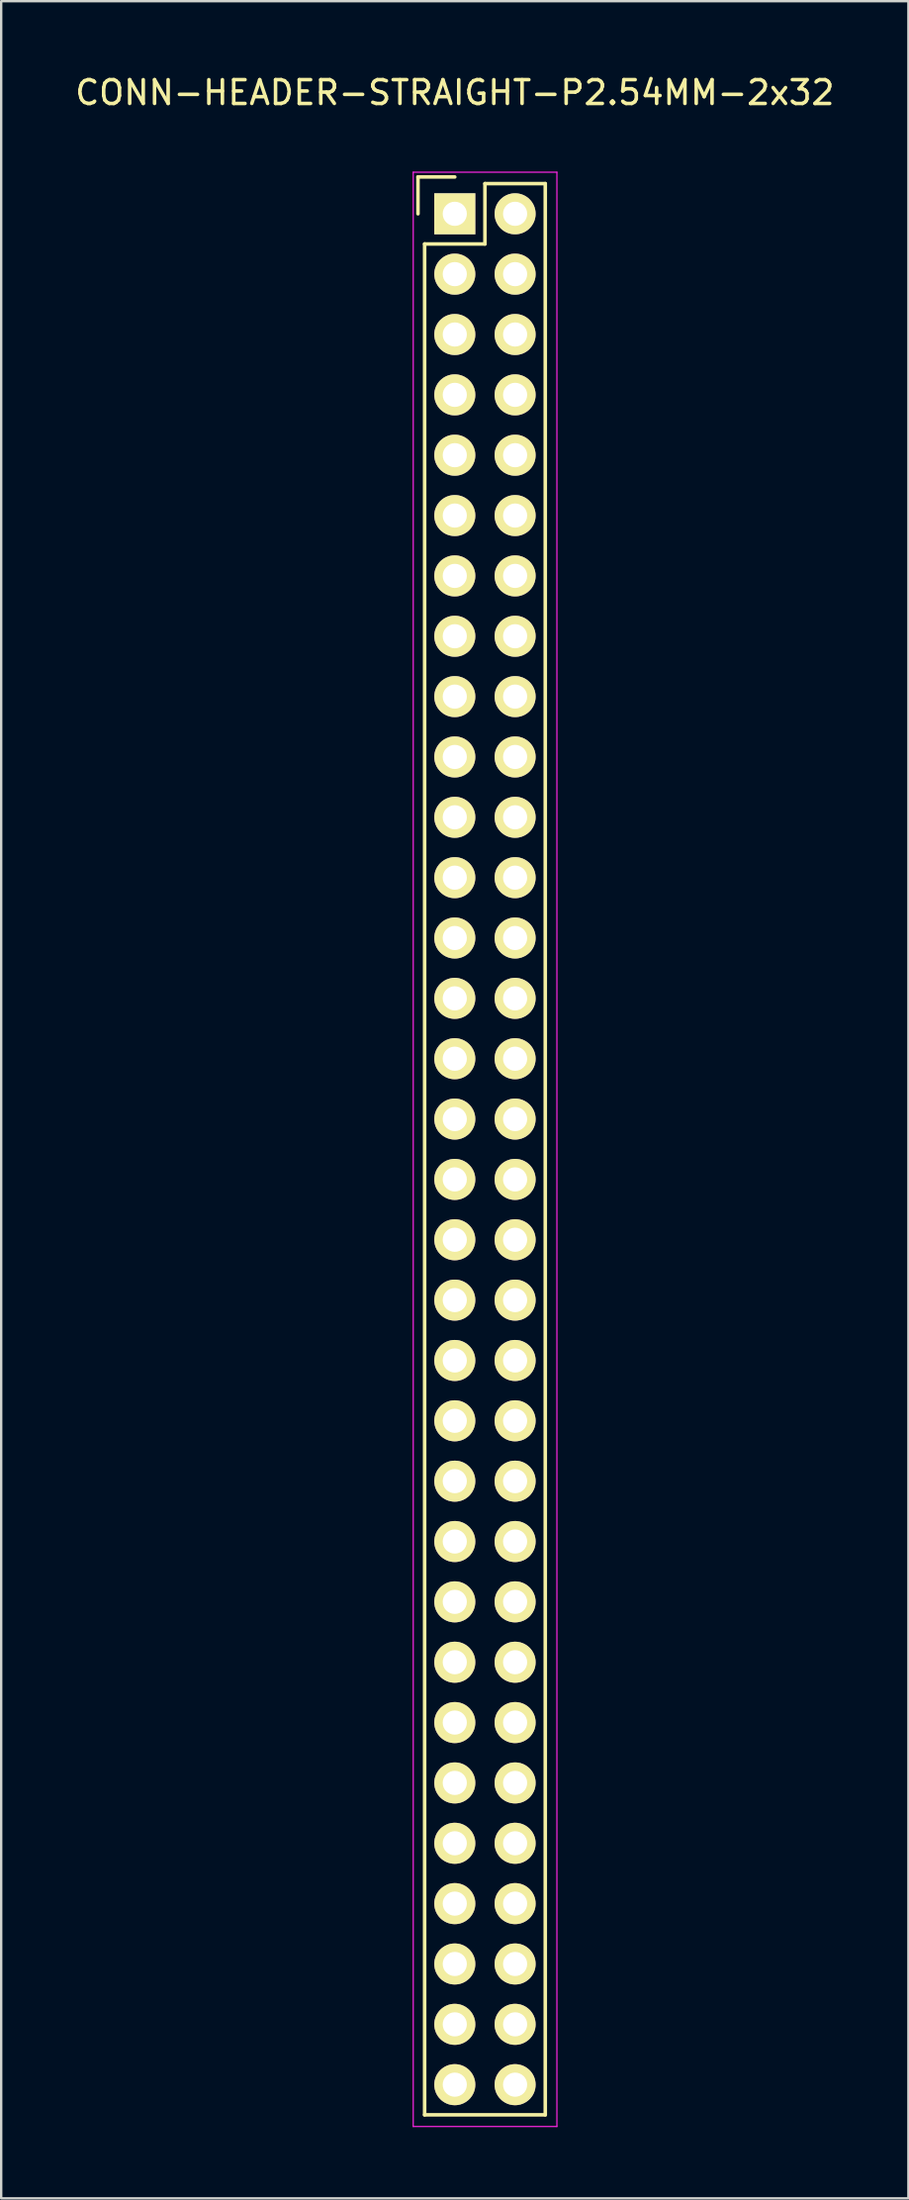
<source format=kicad_pcb>
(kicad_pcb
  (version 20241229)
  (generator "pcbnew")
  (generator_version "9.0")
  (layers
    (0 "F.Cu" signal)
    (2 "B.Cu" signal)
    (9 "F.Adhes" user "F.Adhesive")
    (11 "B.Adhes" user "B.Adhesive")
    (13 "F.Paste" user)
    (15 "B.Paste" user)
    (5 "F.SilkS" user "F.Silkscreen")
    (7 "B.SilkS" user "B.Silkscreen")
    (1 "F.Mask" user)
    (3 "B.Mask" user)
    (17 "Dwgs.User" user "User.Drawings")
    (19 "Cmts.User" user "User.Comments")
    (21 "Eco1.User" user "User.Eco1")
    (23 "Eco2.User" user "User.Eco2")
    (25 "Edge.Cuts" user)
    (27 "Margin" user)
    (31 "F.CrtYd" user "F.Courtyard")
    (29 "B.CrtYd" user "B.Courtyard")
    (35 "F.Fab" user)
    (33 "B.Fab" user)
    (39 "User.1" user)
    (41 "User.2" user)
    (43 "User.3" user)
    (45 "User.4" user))
  (footprint "CONN-HEADER-STRAIGHT-P2.54MM-2x32"
    (layer "F.Cu")
    (at 16.101 5.948)
    (property "Reference" "CONN-HEADER-STRAIGHT-P2.54MM-2x32" (at 0 -5.1 0) (layer "F.SilkS") (effects (font (size 1 1) (thickness 0.15))))
    (attr through_hole)
    (fp_line (start -1.55 -1.55) (end -1.55 0) (stroke (width 0.15) (type solid)) (layer "F.SilkS"))
    (fp_line (start -1.27 1.27) (end -1.27 80.01) (stroke (width 0.15) (type solid)) (layer "F.SilkS"))
    (fp_line (start 0 -1.55) (end -1.55 -1.55) (stroke (width 0.15) (type solid)) (layer "F.SilkS"))
    (fp_line (start 1.27 -1.27) (end 1.27 1.27) (stroke (width 0.15) (type solid)) (layer "F.SilkS"))
    (fp_line (start 1.27 1.27) (end -1.27 1.27) (stroke (width 0.15) (type solid)) (layer "F.SilkS"))
    (fp_line (start 3.81 -1.27) (end 1.27 -1.27) (stroke (width 0.15) (type solid)) (layer "F.SilkS"))
    (fp_line (start 3.81 80.01) (end -1.27 80.01) (stroke (width 0.15) (type solid)) (layer "F.SilkS"))
    (fp_line (start 3.81 80.01) (end 3.81 -1.27) (stroke (width 0.15) (type solid)) (layer "F.SilkS"))
    (fp_line (start -1.75 -1.75) (end -1.75 80.5) (stroke (width 0.05) (type solid)) (layer "F.CrtYd"))
    (fp_line (start -1.75 -1.75) (end 4.3 -1.75) (stroke (width 0.05) (type solid)) (layer "F.CrtYd"))
    (fp_line (start -1.75 80.5) (end 4.3 80.5) (stroke (width 0.05) (type solid)) (layer "F.CrtYd"))
    (fp_line (start 4.3 -1.75) (end 4.3 80.5) (stroke (width 0.05) (type solid)) (layer "F.CrtYd"))
    (pad "1" thru_hole rect (at 0 0) (size 1.727 1.727) (drill 1.016) (layers "*.Cu" "*.Mask" "F.SilkS"))
    (pad "2" thru_hole oval (at 2.54 0) (size 1.727 1.727) (drill 1.016) (layers "*.Cu" "*.Mask" "F.SilkS"))
    (pad "3" thru_hole oval (at 0 2.54) (size 1.727 1.727) (drill 1.016) (layers "*.Cu" "*.Mask" "F.SilkS"))
    (pad "4" thru_hole oval (at 2.54 2.54) (size 1.727 1.727) (drill 1.016) (layers "*.Cu" "*.Mask" "F.SilkS"))
    (pad "5" thru_hole oval (at 0 5.08) (size 1.727 1.727) (drill 1.016) (layers "*.Cu" "*.Mask" "F.SilkS"))
    (pad "6" thru_hole oval (at 2.54 5.08) (size 1.727 1.727) (drill 1.016) (layers "*.Cu" "*.Mask" "F.SilkS"))
    (pad "7" thru_hole oval (at 0 7.62) (size 1.727 1.727) (drill 1.016) (layers "*.Cu" "*.Mask" "F.SilkS"))
    (pad "8" thru_hole oval (at 2.54 7.62) (size 1.727 1.727) (drill 1.016) (layers "*.Cu" "*.Mask" "F.SilkS"))
    (pad "9" thru_hole oval (at 0 10.16) (size 1.727 1.727) (drill 1.016) (layers "*.Cu" "*.Mask" "F.SilkS"))
    (pad "10" thru_hole oval (at 2.54 10.16) (size 1.727 1.727) (drill 1.016) (layers "*.Cu" "*.Mask" "F.SilkS"))
    (pad "11" thru_hole oval (at 0 12.7) (size 1.727 1.727) (drill 1.016) (layers "*.Cu" "*.Mask" "F.SilkS"))
    (pad "12" thru_hole oval (at 2.54 12.7) (size 1.727 1.727) (drill 1.016) (layers "*.Cu" "*.Mask" "F.SilkS"))
    (pad "13" thru_hole oval (at 0 15.24) (size 1.727 1.727) (drill 1.016) (layers "*.Cu" "*.Mask" "F.SilkS"))
    (pad "14" thru_hole oval (at 2.54 15.24) (size 1.727 1.727) (drill 1.016) (layers "*.Cu" "*.Mask" "F.SilkS"))
    (pad "15" thru_hole oval (at 0 17.78) (size 1.727 1.727) (drill 1.016) (layers "*.Cu" "*.Mask" "F.SilkS"))
    (pad "16" thru_hole oval (at 2.54 17.78) (size 1.727 1.727) (drill 1.016) (layers "*.Cu" "*.Mask" "F.SilkS"))
    (pad "17" thru_hole oval (at 0 20.32) (size 1.727 1.727) (drill 1.016) (layers "*.Cu" "*.Mask" "F.SilkS"))
    (pad "18" thru_hole oval (at 2.54 20.32) (size 1.727 1.727) (drill 1.016) (layers "*.Cu" "*.Mask" "F.SilkS"))
    (pad "19" thru_hole oval (at 0 22.86) (size 1.727 1.727) (drill 1.016) (layers "*.Cu" "*.Mask" "F.SilkS"))
    (pad "20" thru_hole oval (at 2.54 22.86) (size 1.727 1.727) (drill 1.016) (layers "*.Cu" "*.Mask" "F.SilkS"))
    (pad "21" thru_hole oval (at 0 25.4) (size 1.727 1.727) (drill 1.016) (layers "*.Cu" "*.Mask" "F.SilkS"))
    (pad "22" thru_hole oval (at 2.54 25.4) (size 1.727 1.727) (drill 1.016) (layers "*.Cu" "*.Mask" "F.SilkS"))
    (pad "23" thru_hole oval (at 0 27.94) (size 1.727 1.727) (drill 1.016) (layers "*.Cu" "*.Mask" "F.SilkS"))
    (pad "24" thru_hole oval (at 2.54 27.94) (size 1.727 1.727) (drill 1.016) (layers "*.Cu" "*.Mask" "F.SilkS"))
    (pad "25" thru_hole oval (at 0 30.48) (size 1.727 1.727) (drill 1.016) (layers "*.Cu" "*.Mask" "F.SilkS"))
    (pad "26" thru_hole oval (at 2.54 30.48) (size 1.727 1.727) (drill 1.016) (layers "*.Cu" "*.Mask" "F.SilkS"))
    (pad "27" thru_hole oval (at 0 33.02) (size 1.727 1.727) (drill 1.016) (layers "*.Cu" "*.Mask" "F.SilkS"))
    (pad "28" thru_hole oval (at 2.54 33.02) (size 1.727 1.727) (drill 1.016) (layers "*.Cu" "*.Mask" "F.SilkS"))
    (pad "29" thru_hole oval (at 0 35.56) (size 1.727 1.727) (drill 1.016) (layers "*.Cu" "*.Mask" "F.SilkS"))
    (pad "30" thru_hole oval (at 2.54 35.56) (size 1.727 1.727) (drill 1.016) (layers "*.Cu" "*.Mask" "F.SilkS"))
    (pad "31" thru_hole oval (at 0 38.1) (size 1.727 1.727) (drill 1.016) (layers "*.Cu" "*.Mask" "F.SilkS"))
    (pad "32" thru_hole oval (at 2.54 38.1) (size 1.727 1.727) (drill 1.016) (layers "*.Cu" "*.Mask" "F.SilkS"))
    (pad "33" thru_hole oval (at 0 40.64) (size 1.727 1.727) (drill 1.016) (layers "*.Cu" "*.Mask" "F.SilkS"))
    (pad "34" thru_hole oval (at 2.54 40.64) (size 1.727 1.727) (drill 1.016) (layers "*.Cu" "*.Mask" "F.SilkS"))
    (pad "35" thru_hole oval (at 0 43.18) (size 1.727 1.727) (drill 1.016) (layers "*.Cu" "*.Mask" "F.SilkS"))
    (pad "36" thru_hole oval (at 2.54 43.18) (size 1.727 1.727) (drill 1.016) (layers "*.Cu" "*.Mask" "F.SilkS"))
    (pad "37" thru_hole oval (at 0 45.72) (size 1.727 1.727) (drill 1.016) (layers "*.Cu" "*.Mask" "F.SilkS"))
    (pad "38" thru_hole oval (at 2.54 45.72) (size 1.727 1.727) (drill 1.016) (layers "*.Cu" "*.Mask" "F.SilkS"))
    (pad "39" thru_hole oval (at 0 48.26) (size 1.727 1.727) (drill 1.016) (layers "*.Cu" "*.Mask" "F.SilkS"))
    (pad "40" thru_hole oval (at 2.54 48.26) (size 1.727 1.727) (drill 1.016) (layers "*.Cu" "*.Mask" "F.SilkS"))
    (pad "41" thru_hole oval (at 0 50.8) (size 1.727 1.727) (drill 1.016) (layers "*.Cu" "*.Mask" "F.SilkS"))
    (pad "42" thru_hole oval (at 2.54 50.8) (size 1.727 1.727) (drill 1.016) (layers "*.Cu" "*.Mask" "F.SilkS"))
    (pad "43" thru_hole oval (at 0 53.34) (size 1.727 1.727) (drill 1.016) (layers "*.Cu" "*.Mask" "F.SilkS"))
    (pad "44" thru_hole oval (at 2.54 53.34) (size 1.727 1.727) (drill 1.016) (layers "*.Cu" "*.Mask" "F.SilkS"))
    (pad "45" thru_hole oval (at 0 55.88) (size 1.727 1.727) (drill 1.016) (layers "*.Cu" "*.Mask" "F.SilkS"))
    (pad "46" thru_hole oval (at 2.54 55.88) (size 1.727 1.727) (drill 1.016) (layers "*.Cu" "*.Mask" "F.SilkS"))
    (pad "47" thru_hole oval (at 0 58.42) (size 1.727 1.727) (drill 1.016) (layers "*.Cu" "*.Mask" "F.SilkS"))
    (pad "48" thru_hole oval (at 2.54 58.42) (size 1.727 1.727) (drill 1.016) (layers "*.Cu" "*.Mask" "F.SilkS"))
    (pad "49" thru_hole oval (at 0 60.96) (size 1.727 1.727) (drill 1.016) (layers "*.Cu" "*.Mask" "F.SilkS"))
    (pad "50" thru_hole oval (at 2.54 60.96) (size 1.727 1.727) (drill 1.016) (layers "*.Cu" "*.Mask" "F.SilkS"))
    (pad "51" thru_hole oval (at 0 63.5) (size 1.727 1.727) (drill 1.016) (layers "*.Cu" "*.Mask" "F.SilkS"))
    (pad "52" thru_hole oval (at 2.54 63.5) (size 1.727 1.727) (drill 1.016) (layers "*.Cu" "*.Mask" "F.SilkS"))
    (pad "53" thru_hole oval (at 0 66.04) (size 1.727 1.727) (drill 1.016) (layers "*.Cu" "*.Mask" "F.SilkS"))
    (pad "54" thru_hole oval (at 2.54 66.04) (size 1.727 1.727) (drill 1.016) (layers "*.Cu" "*.Mask" "F.SilkS"))
    (pad "55" thru_hole oval (at 0 68.58) (size 1.727 1.727) (drill 1.016) (layers "*.Cu" "*.Mask" "F.SilkS"))
    (pad "56" thru_hole oval (at 2.54 68.58) (size 1.727 1.727) (drill 1.016) (layers "*.Cu" "*.Mask" "F.SilkS"))
    (pad "57" thru_hole oval (at 0 71.12) (size 1.727 1.727) (drill 1.016) (layers "*.Cu" "*.Mask" "F.SilkS"))
    (pad "58" thru_hole oval (at 2.54 71.12) (size 1.727 1.727) (drill 1.016) (layers "*.Cu" "*.Mask" "F.SilkS"))
    (pad "59" thru_hole oval (at 0 73.66) (size 1.727 1.727) (drill 1.016) (layers "*.Cu" "*.Mask" "F.SilkS"))
    (pad "60" thru_hole oval (at 2.54 73.66) (size 1.727 1.727) (drill 1.016) (layers "*.Cu" "*.Mask" "F.SilkS"))
    (pad "61" thru_hole oval (at 0 76.2) (size 1.727 1.727) (drill 1.016) (layers "*.Cu" "*.Mask" "F.SilkS"))
    (pad "62" thru_hole oval (at 2.54 76.2) (size 1.727 1.727) (drill 1.016) (layers "*.Cu" "*.Mask" "F.SilkS"))
    (pad "63" thru_hole oval (at 0 78.74) (size 1.727 1.727) (drill 1.016) (layers "*.Cu" "*.Mask" "F.SilkS"))
    (pad "64" thru_hole oval (at 2.54 78.74) (size 1.727 1.727) (drill 1.016) (layers "*.Cu" "*.Mask" "F.SilkS")))
  (gr_rect
    (start -3 -3)
    (end 35.202 89.473)
    (stroke (width 0.1) (type default))
    (fill no)
    (layer "Edge.Cuts")))
</source>
